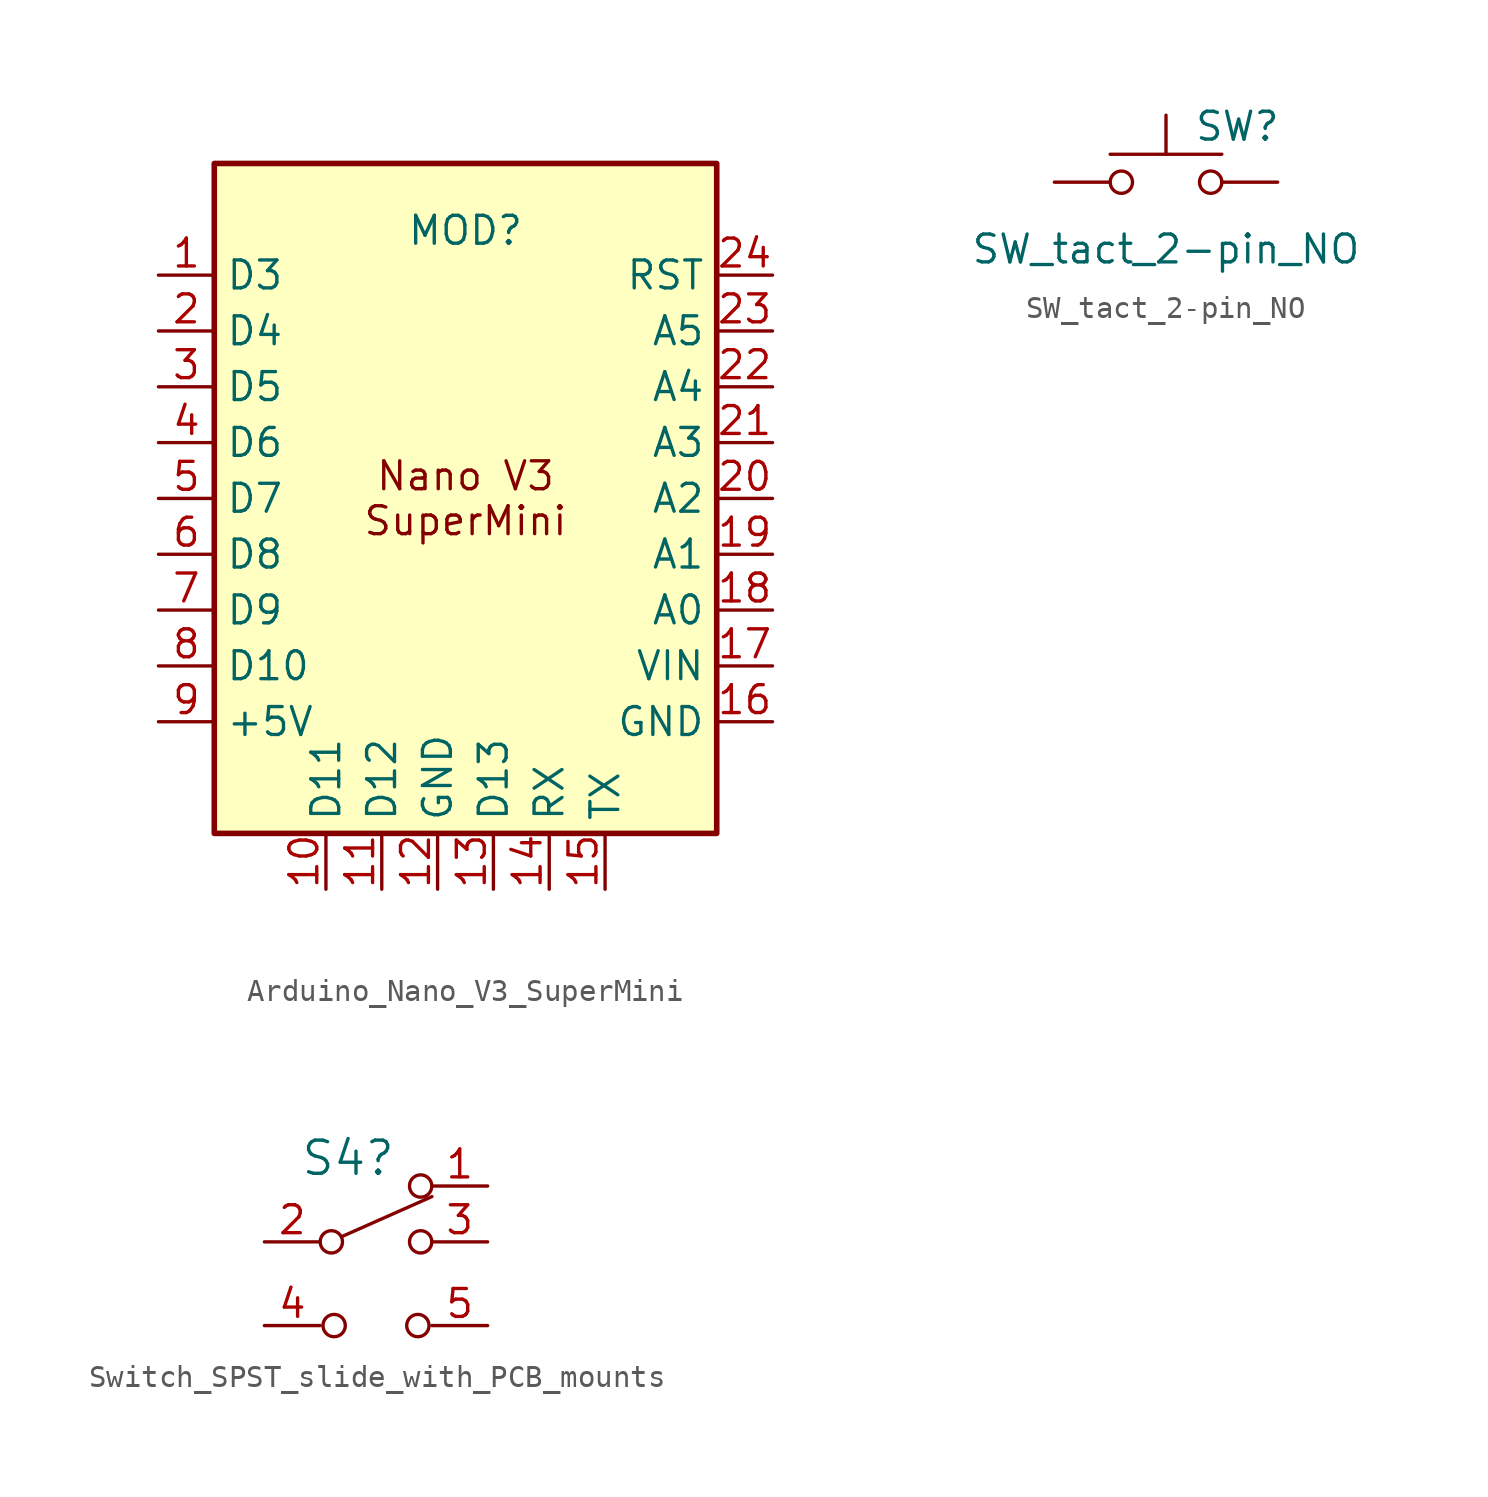
<source format=kicad_sym>
(kicad_symbol_lib
  (version 20231120)
  (generator "kicad_symbol_editor")
  (generator_version "8.0")
  (symbol "Arduino_Nano_V3_SuperMini"
    (property "Reference" "MOD"
      (at 0 12.192 0)
      (effects (font (size 1.27 1.27))))
    (property "Value" ""
      (at 2.54 -8.89 0)
      (effects (font (size 1.27 1.27))))
    (symbol "Arduino_Nano_V3_SuperMini_0_1"
      (rectangle (start -11.43 15.24) (end 11.43 -15.24) (stroke (width 0.254) (type default)) (fill (type background))))
    (symbol "Arduino_Nano_V3_SuperMini_1_1"
      (text "Nano V3\nSuperMini" (at 0 0 0) (effects (font (size 1.27 1.27))))
      (pin bidirectional line (at -13.97 10.16 0) (length 2.54) (name "D3" (effects (font (size 1.27 1.27)))) (number "1" (effects (font (size 1.27 1.27)))))
      (pin bidirectional line (at -6.35 -17.78 90) (length 2.54) (name "D11" (effects (font (size 1.27 1.27)))) (number "10" (effects (font (size 1.27 1.27)))))
      (pin bidirectional line (at -3.81 -17.78 90) (length 2.54) (name "D12" (effects (font (size 1.27 1.27)))) (number "11" (effects (font (size 1.27 1.27)))))
      (pin power_in line (at -1.27 -17.78 90) (length 2.54) (name "GND" (effects (font (size 1.27 1.27)))) (number "12" (effects (font (size 1.27 1.27)))))
      (pin bidirectional line (at 1.27 -17.78 90) (length 2.54) (name "D13" (effects (font (size 1.27 1.27)))) (number "13" (effects (font (size 1.27 1.27)))))
      (pin bidirectional line (at 3.81 -17.78 90) (length 2.54) (name "RX" (effects (font (size 1.27 1.27)))) (number "14" (effects (font (size 1.27 1.27)))))
      (pin bidirectional line (at 6.35 -17.78 90) (length 2.54) (name "TX" (effects (font (size 1.27 1.27)))) (number "15" (effects (font (size 1.27 1.27)))))
      (pin power_in line (at 13.97 -10.16 180) (length 2.54) (name "GND" (effects (font (size 1.27 1.27)))) (number "16" (effects (font (size 1.27 1.27)))))
      (pin power_in line (at 13.97 -7.62 180) (length 2.54) (name "VIN" (effects (font (size 1.27 1.27)))) (number "17" (effects (font (size 1.27 1.27)))))
      (pin bidirectional line (at 13.97 -5.08 180) (length 2.54) (name "A0" (effects (font (size 1.27 1.27)))) (number "18" (effects (font (size 1.27 1.27)))))
      (pin bidirectional line (at 13.97 -2.54 180) (length 2.54) (name "A1" (effects (font (size 1.27 1.27)))) (number "19" (effects (font (size 1.27 1.27)))))
      (pin bidirectional line (at -13.97 7.62 0) (length 2.54) (name "D4" (effects (font (size 1.27 1.27)))) (number "2" (effects (font (size 1.27 1.27)))))
      (pin bidirectional line (at 13.97 0 180) (length 2.54) (name "A2" (effects (font (size 1.27 1.27)))) (number "20" (effects (font (size 1.27 1.27)))))
      (pin bidirectional line (at 13.97 2.54 180) (length 2.54) (name "A3" (effects (font (size 1.27 1.27)))) (number "21" (effects (font (size 1.27 1.27)))))
      (pin bidirectional line (at 13.97 5.08 180) (length 2.54) (name "A4" (effects (font (size 1.27 1.27)))) (number "22" (effects (font (size 1.27 1.27)))))
      (pin bidirectional line (at 13.97 7.62 180) (length 2.54) (name "A5" (effects (font (size 1.27 1.27)))) (number "23" (effects (font (size 1.27 1.27)))))
      (pin input line (at 13.97 10.16 180) (length 2.54) (name "RST" (effects (font (size 1.27 1.27)))) (number "24" (effects (font (size 1.27 1.27)))))
      (pin bidirectional line (at -13.97 5.08 0) (length 2.54) (name "D5" (effects (font (size 1.27 1.27)))) (number "3" (effects (font (size 1.27 1.27)))))
      (pin bidirectional line (at -13.97 2.54 0) (length 2.54) (name "D6" (effects (font (size 1.27 1.27)))) (number "4" (effects (font (size 1.27 1.27)))))
      (pin bidirectional line (at -13.97 0 0) (length 2.54) (name "D7" (effects (font (size 1.27 1.27)))) (number "5" (effects (font (size 1.27 1.27)))))
      (pin bidirectional line (at -13.97 -2.54 0) (length 2.54) (name "D8" (effects (font (size 1.27 1.27)))) (number "6" (effects (font (size 1.27 1.27)))))
      (pin bidirectional line (at -13.97 -5.08 0) (length 2.54) (name "D9" (effects (font (size 1.27 1.27)))) (number "7" (effects (font (size 1.27 1.27)))))
      (pin bidirectional line (at -13.97 -7.62 0) (length 2.54) (name "D10" (effects (font (size 1.27 1.27)))) (number "8" (effects (font (size 1.27 1.27)))))
      (pin input line (at -13.97 -10.16 0) (length 2.54) (name "+5V" (effects (font (size 1.27 1.27)))) (number "9" (effects (font (size 1.27 1.27)))))))
  (symbol "SW_tact_2-pin_NO"
    (pin_numbers hide)
    (pin_names
      (offset 1.016) hide)
    (property "Reference" "SW"
      (at 1.27 2.54 0)
      (effects (font (size 1.27 1.27)) (justify left)))
    (property "Value" "SW_tact_2-pin_NO"
      (at 0 -3.048 0)
      (effects (font (size 1.27 1.27))))
    (symbol "SW_tact_2-pin_NO_0_1"
      (circle (center -2.032 0) (radius 0.508) (stroke (width 0) (type default)) (fill (type none)))
      (polyline (pts (xy 0 1.27) (xy 0 3.048)) (stroke (width 0) (type default)) (fill (type none)))
      (polyline (pts (xy 2.54 1.27) (xy -2.54 1.27)) (stroke (width 0) (type default)) (fill (type none)))
      (circle (center 2.032 0) (radius 0.508) (stroke (width 0) (type default)) (fill (type none))))
    (symbol "SW_tact_2-pin_NO_1_1"
      (pin passive line (at -5.08 0 0) (length 2.54) (name "A" (effects (font (size 1.27 1.27)))) (number "1" (effects (font (size 1.27 1.27)))))
      (pin passive line (at 5.08 0 180) (length 2.54) (name "B" (effects (font (size 1.27 1.27)))) (number "2" (effects (font (size 1.27 1.27)))))))
  (symbol "Switch_SPST_slide_with_PCB_mounts"
    (pin_names
      (offset 0) hide)
    (property "Reference" "S4"
      (at -1.27 3.81 0)
      (effects (font (size 1.511 1.511))))
    (symbol "Switch_SPST_slide_with_PCB_mounts_0_0"
      (circle (center -2.032 0) (radius 0.508) (stroke (width 0) (type default)) (fill (type none)))
      (circle (center -1.905 -3.81) (radius 0.508) (stroke (width 0) (type default)) (fill (type none)))
      (polyline (pts (xy -1.524 0.254) (xy 2.545 2.059)) (stroke (width 0) (type default)) (fill (type none)))
      (circle (center 1.905 -3.81) (radius 0.508) (stroke (width 0) (type default)) (fill (type none)))
      (circle (center 2.032 0) (radius 0.508) (stroke (width 0) (type default)) (fill (type none)))
      (circle (center 2.032 2.54) (radius 0.508) (stroke (width 0) (type default)) (fill (type none))))
    (symbol "Switch_SPST_slide_with_PCB_mounts_1_1"
      (pin passive line (at 5.08 2.54 180) (length 2.54) (name "1" (effects (font (size 1.27 1.27)))) (number "1" (effects (font (size 1.27 1.27)))))
      (pin passive line (at -5.08 0 0) (length 2.54) (name "2" (effects (font (size 1.27 1.27)))) (number "2" (effects (font (size 1.27 1.27)))))
      (pin passive line (at 5.08 0 180) (length 2.54) (name "3" (effects (font (size 1.27 1.27)))) (number "3" (effects (font (size 1.27 1.27)))))
      (pin power_in line (at -5.08 -3.81 0) (length 2.54) (name "GND" (effects (font (size 1.27 1.27)))) (number "4" (effects (font (size 1.27 1.27)))))
      (pin power_in line (at 5.08 -3.81 180) (length 2.54) (name "GND" (effects (font (size 1.27 1.27)))) (number "5" (effects (font (size 1.27 1.27))))))))
</source>
